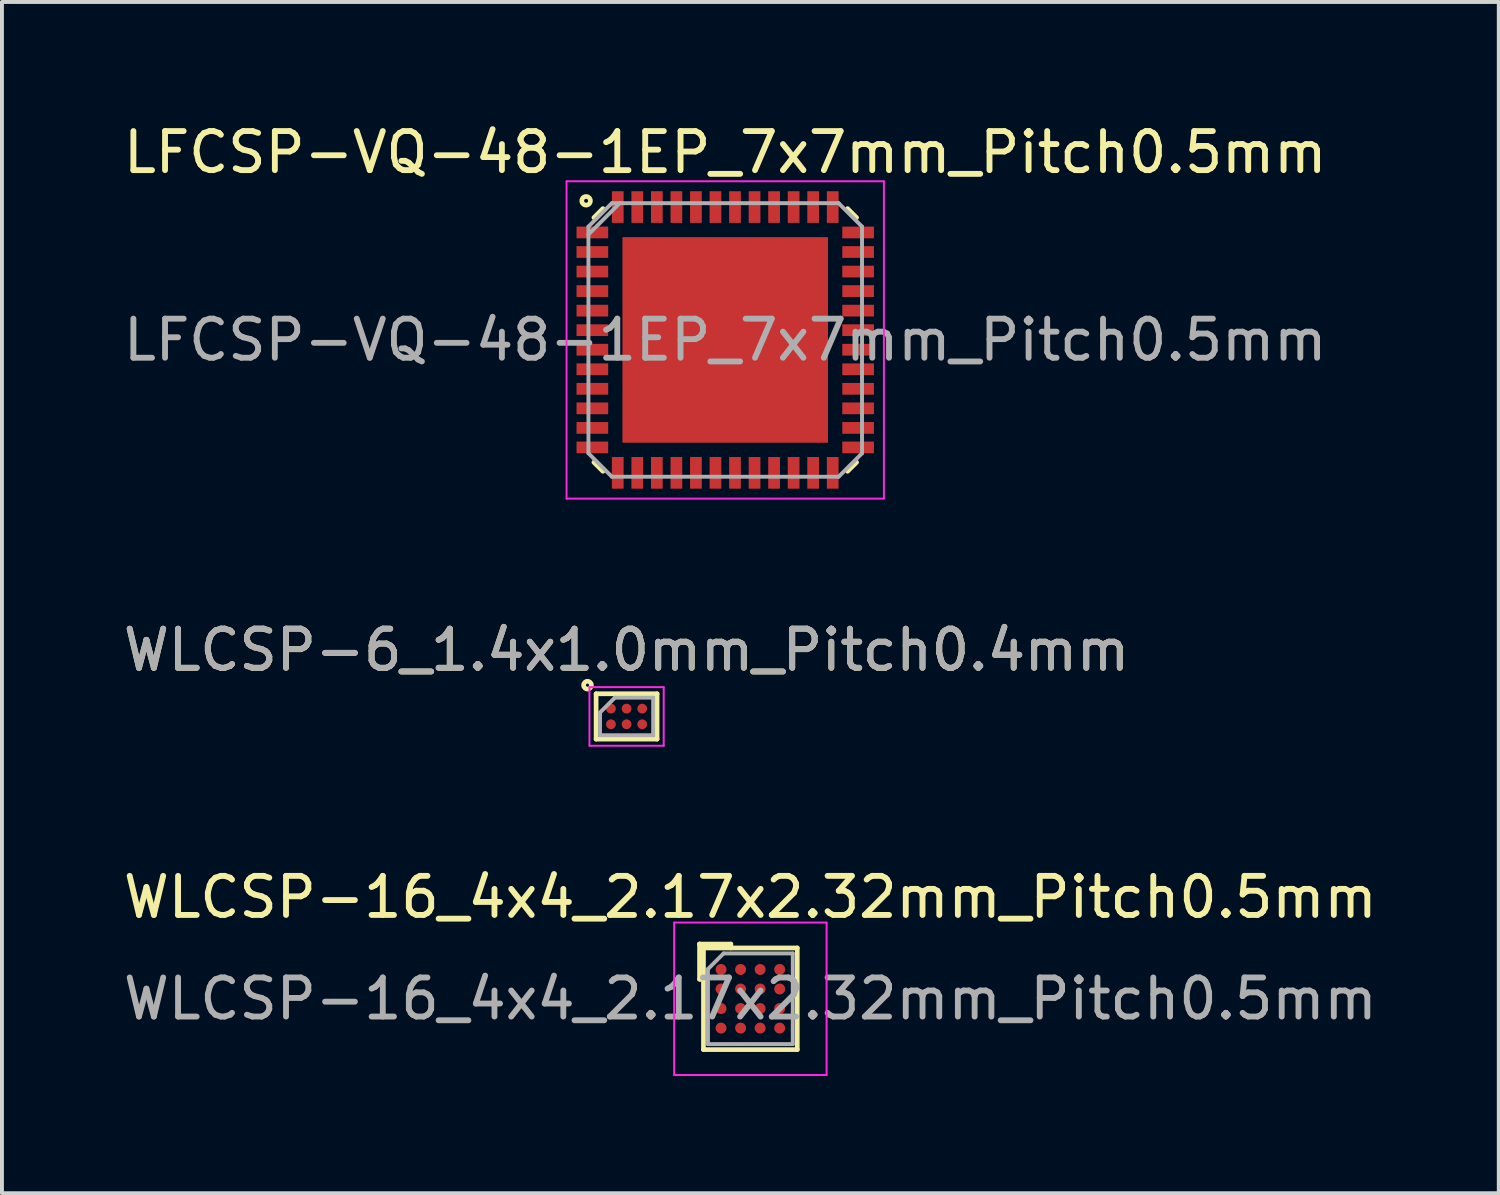
<source format=kicad_pcb>
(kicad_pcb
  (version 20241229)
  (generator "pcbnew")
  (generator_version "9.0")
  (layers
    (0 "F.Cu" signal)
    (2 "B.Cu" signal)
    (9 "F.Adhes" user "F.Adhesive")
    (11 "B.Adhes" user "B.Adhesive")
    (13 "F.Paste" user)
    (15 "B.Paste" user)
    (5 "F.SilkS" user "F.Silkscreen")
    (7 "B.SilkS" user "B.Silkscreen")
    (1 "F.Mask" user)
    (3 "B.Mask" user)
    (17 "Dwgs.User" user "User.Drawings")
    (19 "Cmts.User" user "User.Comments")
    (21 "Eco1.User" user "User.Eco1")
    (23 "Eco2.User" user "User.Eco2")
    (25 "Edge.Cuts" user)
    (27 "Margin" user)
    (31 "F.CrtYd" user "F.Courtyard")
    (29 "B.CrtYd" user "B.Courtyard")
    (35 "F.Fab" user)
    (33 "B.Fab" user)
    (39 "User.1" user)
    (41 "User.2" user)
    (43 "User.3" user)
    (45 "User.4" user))
  (footprint "WLCSP-6_1.4x1.0mm_Pitch0.4mm"
    (layer "F.Cu")
    (at 12.982 15.281)
    (property "Reference" "WLCSP-6_1.4x1.0mm_Pitch0.4mm" (at 0 -1.7 0) (layer "F.SilkS") (effects (font (size 1 1) (thickness 0.15))))
    (attr smd)
    (fp_line (start -0.78 -0.58) (end 0.78 -0.58) (stroke (width 0.12) (type solid)) (layer "F.SilkS"))
    (fp_line (start -0.78 0.58) (end -0.78 -0.58) (stroke (width 0.12) (type solid)) (layer "F.SilkS"))
    (fp_line (start 0.78 -0.58) (end 0.78 0.58) (stroke (width 0.12) (type solid)) (layer "F.SilkS"))
    (fp_line (start 0.78 0.58) (end -0.78 0.58) (stroke (width 0.12) (type solid)) (layer "F.SilkS"))
    (fp_circle (center -1 -0.8) (end -0.9 -0.8) (stroke (width 0.12) (type solid)) (fill no) (layer "F.SilkS"))
    (fp_line (start -0.95 -0.75) (end 0.95 -0.75) (stroke (width 0.05) (type solid)) (layer "F.CrtYd"))
    (fp_line (start -0.95 0.75) (end -0.95 -0.75) (stroke (width 0.05) (type solid)) (layer "F.CrtYd"))
    (fp_line (start 0.95 -0.75) (end 0.95 0.75) (stroke (width 0.05) (type solid)) (layer "F.CrtYd"))
    (fp_line (start 0.95 0.75) (end -0.95 0.75) (stroke (width 0.05) (type solid)) (layer "F.CrtYd"))
    (fp_line (start -0.68 -0.1) (end -0.3 -0.48) (stroke (width 0.1) (type solid)) (layer "F.Fab"))
    (fp_line (start -0.68 0.48) (end -0.68 -0.1) (stroke (width 0.1) (type solid)) (layer "F.Fab"))
    (fp_line (start -0.3 -0.48) (end 0.68 -0.48) (stroke (width 0.1) (type solid)) (layer "F.Fab"))
    (fp_line (start 0.68 -0.48) (end 0.68 0.48) (stroke (width 0.1) (type solid)) (layer "F.Fab"))
    (fp_line (start 0.68 0.48) (end -0.68 0.48) (stroke (width 0.1) (type solid)) (layer "F.Fab"))
    (fp_text user "${REFERENCE}" (at 0 -1.7 0) (layer "F.Fab") (effects (font (size 1 1) (thickness 0.15))))
    (pad "A1" smd circle (at -0.4 -0.2 90) (size 0.25 0.25) (layers "F.Cu" "F.Mask" "F.Paste"))
    (pad "A2" smd circle (at -0.4 0.2 90) (size 0.25 0.25) (layers "F.Cu" "F.Mask" "F.Paste"))
    (pad "B1" smd circle (at 0 -0.2 90) (size 0.25 0.25) (layers "F.Cu" "F.Mask" "F.Paste"))
    (pad "B2" smd circle (at 0 0.2 90) (size 0.25 0.25) (layers "F.Cu" "F.Mask" "F.Paste"))
    (pad "C1" smd circle (at 0.4 -0.2 90) (size 0.25 0.25) (layers "F.Cu" "F.Mask" "F.Paste"))
    (pad "C2" smd circle (at 0.4 0.2 90) (size 0.25 0.25) (layers "F.Cu" "F.Mask" "F.Paste")))
  (footprint "LFCSP-VQ-48-1EP_7x7mm_Pitch0.5mm"
    (layer "F.Cu")
    (at 15.506 5.648)
    (property "Reference" "LFCSP-VQ-48-1EP_7x7mm_Pitch0.5mm" (at 0 -4.8 0) (layer "F.SilkS") (effects (font (size 1 1) (thickness 0.15))))
    (attr smd)
    (fp_line (start -3.13 -3.36) (end -3.36 -3.13) (stroke (width 0.12) (type solid)) (layer "F.SilkS"))
    (fp_line (start -3.13 3.36) (end -3.36 3.13) (stroke (width 0.12) (type solid)) (layer "F.SilkS"))
    (fp_line (start 3.13 -3.36) (end 3.36 -3.13) (stroke (width 0.12) (type solid)) (layer "F.SilkS"))
    (fp_line (start 3.13 3.36) (end 3.36 3.13) (stroke (width 0.12) (type solid)) (layer "F.SilkS"))
    (fp_circle (center -3.56 -3.56) (end -3.51 -3.56) (stroke (width 0.12) (type solid)) (fill no) (layer "F.SilkS"))
    (fp_line (start -4.06 -4.06) (end 4.06 -4.06) (stroke (width 0.05) (type solid)) (layer "F.CrtYd"))
    (fp_line (start -4.06 4.06) (end -4.06 -4.06) (stroke (width 0.05) (type solid)) (layer "F.CrtYd"))
    (fp_line (start 4.06 -4.06) (end 4.06 4.06) (stroke (width 0.05) (type solid)) (layer "F.CrtYd"))
    (fp_line (start 4.06 4.06) (end -4.06 4.06) (stroke (width 0.05) (type solid)) (layer "F.CrtYd"))
    (fp_line (start -3.5 -2.9) (end -2.9 -3.5) (stroke (width 0.1) (type solid)) (layer "F.Fab"))
    (fp_line (start -3.5 -2.7) (end -2.7 -3.5) (stroke (width 0.1) (type solid)) (layer "F.Fab"))
    (fp_line (start -3.5 2.9) (end -3.5 -2.9) (stroke (width 0.1) (type solid)) (layer "F.Fab"))
    (fp_line (start -2.9 -3.5) (end 2.9 -3.5) (stroke (width 0.1) (type solid)) (layer "F.Fab"))
    (fp_line (start -2.9 3.5) (end -3.5 2.9) (stroke (width 0.1) (type solid)) (layer "F.Fab"))
    (fp_line (start 2.9 -3.5) (end 3.5 -2.9) (stroke (width 0.1) (type solid)) (layer "F.Fab"))
    (fp_line (start 2.9 3.5) (end -2.9 3.5) (stroke (width 0.1) (type solid)) (layer "F.Fab"))
    (fp_line (start 2.9 3.5) (end 3.5 2.9) (stroke (width 0.1) (type solid)) (layer "F.Fab"))
    (fp_line (start 3.5 -2.9) (end 3.5 2.9) (stroke (width 0.1) (type solid)) (layer "F.Fab"))
    (fp_text user "${REFERENCE}" (at 0 0 0) (layer "F.Fab") (effects (font (size 1 1) (thickness 0.15))))
    (pad "1" smd rect (at -3.4 -2.75) (size 0.81 0.3) (layers "F.Cu" "F.Mask" "F.Paste"))
    (pad "2" smd rect (at -3.4 -2.25) (size 0.81 0.3) (layers "F.Cu" "F.Mask" "F.Paste"))
    (pad "3" smd rect (at -3.4 -1.75) (size 0.81 0.3) (layers "F.Cu" "F.Mask" "F.Paste"))
    (pad "4" smd rect (at -3.4 -1.25) (size 0.81 0.3) (layers "F.Cu" "F.Mask" "F.Paste"))
    (pad "5" smd rect (at -3.4 -0.75) (size 0.81 0.3) (layers "F.Cu" "F.Mask" "F.Paste"))
    (pad "6" smd rect (at -3.4 -0.25) (size 0.81 0.3) (layers "F.Cu" "F.Mask" "F.Paste"))
    (pad "7" smd rect (at -3.4 0.25) (size 0.81 0.3) (layers "F.Cu" "F.Mask" "F.Paste"))
    (pad "8" smd rect (at -3.4 0.75) (size 0.81 0.3) (layers "F.Cu" "F.Mask" "F.Paste"))
    (pad "9" smd rect (at -3.4 1.25) (size 0.81 0.3) (layers "F.Cu" "F.Mask" "F.Paste"))
    (pad "10" smd rect (at -3.4 1.75) (size 0.81 0.3) (layers "F.Cu" "F.Mask" "F.Paste"))
    (pad "11" smd rect (at -3.4 2.25) (size 0.81 0.3) (layers "F.Cu" "F.Mask" "F.Paste"))
    (pad "12" smd rect (at -3.4 2.75) (size 0.81 0.3) (layers "F.Cu" "F.Mask" "F.Paste"))
    (pad "13" smd rect (at -2.75 3.4) (size 0.3 0.81) (layers "F.Cu" "F.Mask" "F.Paste"))
    (pad "14" smd rect (at -2.25 3.4) (size 0.3 0.81) (layers "F.Cu" "F.Mask" "F.Paste"))
    (pad "15" smd rect (at -1.75 3.4) (size 0.3 0.81) (layers "F.Cu" "F.Mask" "F.Paste"))
    (pad "16" smd rect (at -1.25 3.4) (size 0.3 0.81) (layers "F.Cu" "F.Mask" "F.Paste"))
    (pad "17" smd rect (at -0.75 3.4) (size 0.3 0.81) (layers "F.Cu" "F.Mask" "F.Paste"))
    (pad "18" smd rect (at -0.25 3.4) (size 0.3 0.81) (layers "F.Cu" "F.Mask" "F.Paste"))
    (pad "19" smd rect (at 0.25 3.4) (size 0.3 0.81) (layers "F.Cu" "F.Mask" "F.Paste"))
    (pad "20" smd rect (at 0.75 3.4) (size 0.3 0.81) (layers "F.Cu" "F.Mask" "F.Paste"))
    (pad "21" smd rect (at 1.25 3.4) (size 0.3 0.81) (layers "F.Cu" "F.Mask" "F.Paste"))
    (pad "22" smd rect (at 1.75 3.4) (size 0.3 0.81) (layers "F.Cu" "F.Mask" "F.Paste"))
    (pad "23" smd rect (at 2.25 3.4) (size 0.3 0.81) (layers "F.Cu" "F.Mask" "F.Paste"))
    (pad "24" smd rect (at 2.75 3.4) (size 0.3 0.81) (layers "F.Cu" "F.Mask" "F.Paste"))
    (pad "25" smd rect (at 3.4 2.75) (size 0.81 0.3) (layers "F.Cu" "F.Mask" "F.Paste"))
    (pad "26" smd rect (at 3.4 2.25) (size 0.81 0.3) (layers "F.Cu" "F.Mask" "F.Paste"))
    (pad "27" smd rect (at 3.4 1.75) (size 0.81 0.3) (layers "F.Cu" "F.Mask" "F.Paste"))
    (pad "28" smd rect (at 3.4 1.25) (size 0.81 0.3) (layers "F.Cu" "F.Mask" "F.Paste"))
    (pad "29" smd rect (at 3.4 0.75) (size 0.81 0.3) (layers "F.Cu" "F.Mask" "F.Paste"))
    (pad "30" smd rect (at 3.4 0.25) (size 0.81 0.3) (layers "F.Cu" "F.Mask" "F.Paste"))
    (pad "31" smd rect (at 3.4 -0.25) (size 0.81 0.3) (layers "F.Cu" "F.Mask" "F.Paste"))
    (pad "32" smd rect (at 3.4 -0.75) (size 0.81 0.3) (layers "F.Cu" "F.Mask" "F.Paste"))
    (pad "33" smd rect (at 3.4 -1.25) (size 0.81 0.3) (layers "F.Cu" "F.Mask" "F.Paste"))
    (pad "34" smd rect (at 3.4 -1.75) (size 0.81 0.3) (layers "F.Cu" "F.Mask" "F.Paste"))
    (pad "35" smd rect (at 3.4 -2.25) (size 0.81 0.3) (layers "F.Cu" "F.Mask" "F.Paste"))
    (pad "36" smd rect (at 3.4 -2.75) (size 0.81 0.3) (layers "F.Cu" "F.Mask" "F.Paste"))
    (pad "37" smd rect (at 2.75 -3.4) (size 0.3 0.81) (layers "F.Cu" "F.Mask" "F.Paste"))
    (pad "38" smd rect (at 2.25 -3.4) (size 0.3 0.81) (layers "F.Cu" "F.Mask" "F.Paste"))
    (pad "39" smd rect (at 1.75 -3.4) (size 0.3 0.81) (layers "F.Cu" "F.Mask" "F.Paste"))
    (pad "40" smd rect (at 1.25 -3.4) (size 0.3 0.81) (layers "F.Cu" "F.Mask" "F.Paste"))
    (pad "41" smd rect (at 0.75 -3.4) (size 0.3 0.81) (layers "F.Cu" "F.Mask" "F.Paste"))
    (pad "42" smd rect (at 0.25 -3.4) (size 0.3 0.81) (layers "F.Cu" "F.Mask" "F.Paste"))
    (pad "43" smd rect (at -0.25 -3.4) (size 0.3 0.81) (layers "F.Cu" "F.Mask" "F.Paste"))
    (pad "44" smd rect (at -0.75 -3.4) (size 0.3 0.81) (layers "F.Cu" "F.Mask" "F.Paste"))
    (pad "45" smd rect (at -1.25 -3.4) (size 0.3 0.81) (layers "F.Cu" "F.Mask" "F.Paste"))
    (pad "46" smd rect (at -1.75 -3.4) (size 0.3 0.81) (layers "F.Cu" "F.Mask" "F.Paste"))
    (pad "47" smd rect (at -2.25 -3.4) (size 0.3 0.81) (layers "F.Cu" "F.Mask" "F.Paste"))
    (pad "48" smd rect (at -2.75 -3.4) (size 0.3 0.81) (layers "F.Cu" "F.Mask" "F.Paste"))
    (pad "49" smd rect (at 0 0) (size 5.26 5.26) (layers "F.Cu" "F.Mask" "F.Paste")))
  (footprint "WLCSP-16_4x4_2.17x2.32mm_Pitch0.5mm"
    (layer "F.Cu")
    (at 16.149 22.505)
    (property "Reference" "WLCSP-16_4x4_2.17x2.32mm_Pitch0.5mm" (at 0 -2.6 0) (layer "F.SilkS") (effects (font (size 1 1) (thickness 0.15))))
    (attr smd)
    (fp_line (start -1.3 -1.4) (end -1.3 -0.5) (stroke (width 0.12) (type solid)) (layer "F.SilkS"))
    (fp_line (start -1.3 -0.5) (end -1.2 -0.5) (stroke (width 0.12) (type solid)) (layer "F.SilkS"))
    (fp_line (start -1.2 -1.3) (end -1.3 -1.4) (stroke (width 0.12) (type solid)) (layer "F.SilkS"))
    (fp_line (start -1.2 -1.3) (end 1.2 -1.3) (stroke (width 0.12) (type solid)) (layer "F.SilkS"))
    (fp_line (start -1.2 1.3) (end -1.2 -1.3) (stroke (width 0.12) (type solid)) (layer "F.SilkS"))
    (fp_line (start -0.5 -1.4) (end -1.3 -1.4) (stroke (width 0.12) (type solid)) (layer "F.SilkS"))
    (fp_line (start -0.5 -1.3) (end -0.5 -1.4) (stroke (width 0.12) (type solid)) (layer "F.SilkS"))
    (fp_line (start 1.2 -1.3) (end 1.2 1.3) (stroke (width 0.12) (type solid)) (layer "F.SilkS"))
    (fp_line (start 1.2 1.3) (end -1.2 1.3) (stroke (width 0.12) (type solid)) (layer "F.SilkS"))
    (fp_line (start -1.95 -1.95) (end -1.95 1.95) (stroke (width 0.05) (type solid)) (layer "F.CrtYd"))
    (fp_line (start -1.95 -1.95) (end 1.95 -1.95) (stroke (width 0.05) (type solid)) (layer "F.CrtYd"))
    (fp_line (start 1.95 1.95) (end -1.95 1.95) (stroke (width 0.05) (type solid)) (layer "F.CrtYd"))
    (fp_line (start 1.95 1.95) (end 1.95 -1.95) (stroke (width 0.05) (type solid)) (layer "F.CrtYd"))
    (fp_line (start -1.085 -0.76) (end -0.685 -1.16) (stroke (width 0.1) (type solid)) (layer "F.Fab"))
    (fp_line (start -1.085 1.16) (end -1.085 -0.76) (stroke (width 0.1) (type solid)) (layer "F.Fab"))
    (fp_line (start -0.685 -1.16) (end 1.085 -1.16) (stroke (width 0.1) (type solid)) (layer "F.Fab"))
    (fp_line (start 1.085 -1.16) (end 1.085 1.16) (stroke (width 0.1) (type solid)) (layer "F.Fab"))
    (fp_line (start 1.085 1.16) (end -1.085 1.16) (stroke (width 0.1) (type solid)) (layer "F.Fab"))
    (fp_text user "${REFERENCE}" (at 0 0 0) (layer "F.Fab") (effects (font (size 1 1) (thickness 0.15))))
    (pad "A1" smd circle (at -0.75 -0.75) (size 0.28 0.28) (layers "F.Cu" "F.Mask" "F.Paste"))
    (pad "A2" smd circle (at -0.25 -0.75) (size 0.28 0.28) (layers "F.Cu" "F.Mask" "F.Paste"))
    (pad "A3" smd circle (at 0.25 -0.75) (size 0.28 0.28) (layers "F.Cu" "F.Mask" "F.Paste"))
    (pad "A4" smd circle (at 0.75 -0.75) (size 0.28 0.28) (layers "F.Cu" "F.Mask" "F.Paste"))
    (pad "B1" smd circle (at -0.75 -0.25) (size 0.28 0.28) (layers "F.Cu" "F.Mask" "F.Paste"))
    (pad "B2" smd circle (at -0.25 -0.25) (size 0.28 0.28) (layers "F.Cu" "F.Mask" "F.Paste"))
    (pad "B3" smd circle (at 0.25 -0.25) (size 0.28 0.28) (layers "F.Cu" "F.Mask" "F.Paste"))
    (pad "B4" smd circle (at 0.75 -0.25) (size 0.28 0.28) (layers "F.Cu" "F.Mask" "F.Paste"))
    (pad "C1" smd circle (at -0.75 0.25) (size 0.28 0.28) (layers "F.Cu" "F.Mask" "F.Paste"))
    (pad "C2" smd circle (at -0.25 0.25) (size 0.28 0.28) (layers "F.Cu" "F.Mask" "F.Paste"))
    (pad "C3" smd circle (at 0.25 0.25) (size 0.28 0.28) (layers "F.Cu" "F.Mask" "F.Paste"))
    (pad "C4" smd circle (at 0.75 0.25) (size 0.28 0.28) (layers "F.Cu" "F.Mask" "F.Paste"))
    (pad "D1" smd circle (at -0.75 0.75) (size 0.28 0.28) (layers "F.Cu" "F.Mask" "F.Paste"))
    (pad "D2" smd circle (at -0.25 0.75) (size 0.28 0.28) (layers "F.Cu" "F.Mask" "F.Paste"))
    (pad "D3" smd circle (at 0.25 0.75) (size 0.28 0.28) (layers "F.Cu" "F.Mask" "F.Paste"))
    (pad "D4" smd circle (at 0.75 0.75) (size 0.28 0.28) (layers "F.Cu" "F.Mask" "F.Paste")))
  (gr_rect
    (start -3 -3)
    (end 35.298 27.48)
    (stroke (width 0.1) (type default))
    (fill no)
    (layer "Edge.Cuts")))
</source>
